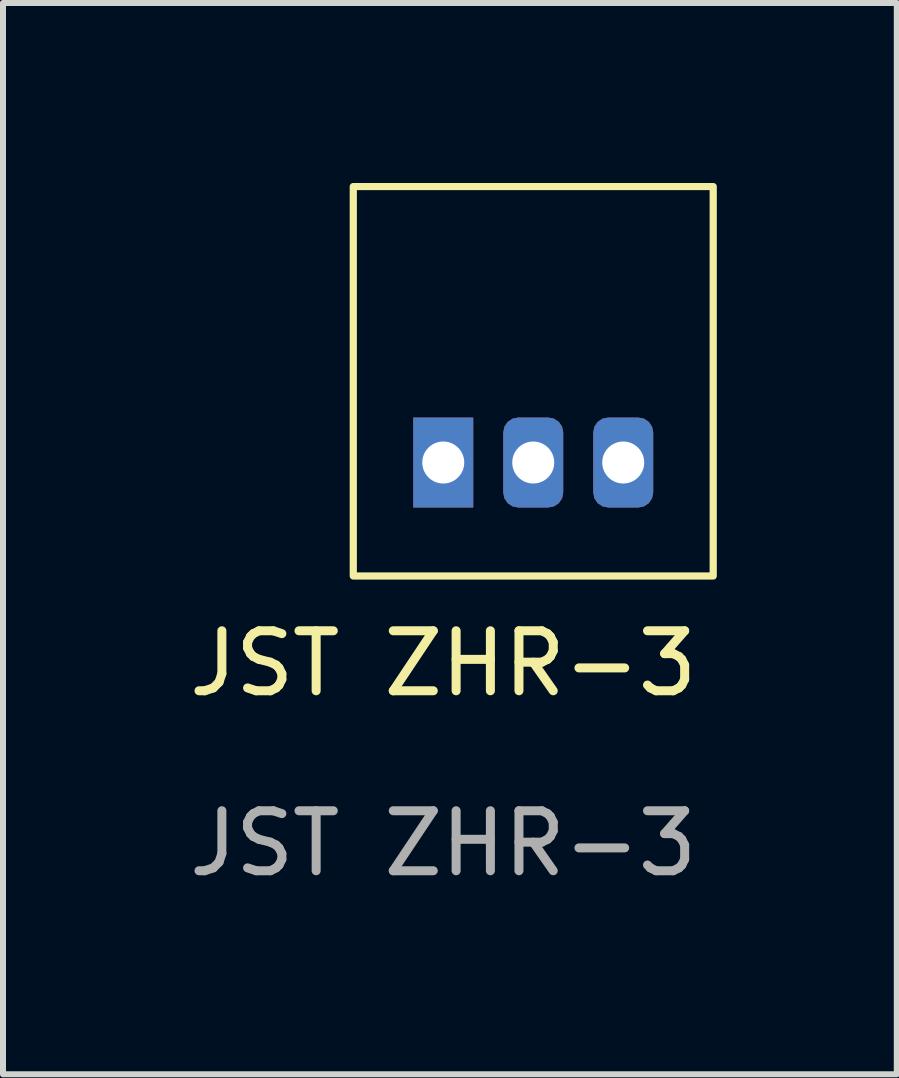
<source format=kicad_pcb>
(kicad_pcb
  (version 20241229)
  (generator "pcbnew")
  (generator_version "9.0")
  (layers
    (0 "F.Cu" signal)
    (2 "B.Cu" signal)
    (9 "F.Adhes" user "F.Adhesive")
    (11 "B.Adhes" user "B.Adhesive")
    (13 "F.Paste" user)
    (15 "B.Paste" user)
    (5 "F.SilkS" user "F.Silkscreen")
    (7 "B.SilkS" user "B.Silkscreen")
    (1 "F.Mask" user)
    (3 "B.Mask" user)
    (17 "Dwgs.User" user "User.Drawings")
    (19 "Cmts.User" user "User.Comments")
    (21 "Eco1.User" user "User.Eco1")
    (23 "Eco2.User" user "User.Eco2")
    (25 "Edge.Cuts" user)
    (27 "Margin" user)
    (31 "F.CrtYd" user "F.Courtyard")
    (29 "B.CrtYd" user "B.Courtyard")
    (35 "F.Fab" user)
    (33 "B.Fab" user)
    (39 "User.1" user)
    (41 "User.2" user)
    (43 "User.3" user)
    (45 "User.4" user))
  (footprint "JST ZHR-3"
    (layer "F.Cu")
    (at 4.339 4.66)
    (property "Reference" "JST ZHR-3" (at 0 3.35 0) (unlocked yes) (layer "F.SilkS") (effects (font (size 1 1) (thickness 0.15))))
    (attr through_hole)
    (fp_rect (start -1.5 -4.6) (end 4.5 1.892) (stroke (width 0.12) (type default)) (fill no) (layer "F.SilkS"))
    (fp_text user "${REFERENCE}" (at 0 6.35 0) (unlocked yes) (layer "F.Fab") (effects (font (size 1 1) (thickness 0.15))))
    (pad "1" thru_hole rect (at 0 0) (size 1 1.5) (drill 0.7) (layers "*.Cu" "*.Mask"))
    (pad "2" thru_hole roundrect (at 1.5 0) (size 1 1.5) (drill 0.7) (layers "*.Cu" "*.Mask") (roundrect_rratio 0.25))
    (pad "3" thru_hole roundrect (at 3 0) (size 1 1.5) (drill 0.7) (layers "*.Cu" "*.Mask") (roundrect_rratio 0.25)))
  (gr_rect
    (start -3 -3)
    (end 11.899 14.858)
    (stroke (width 0.1) (type default))
    (fill no)
    (layer "Edge.Cuts")))
</source>
